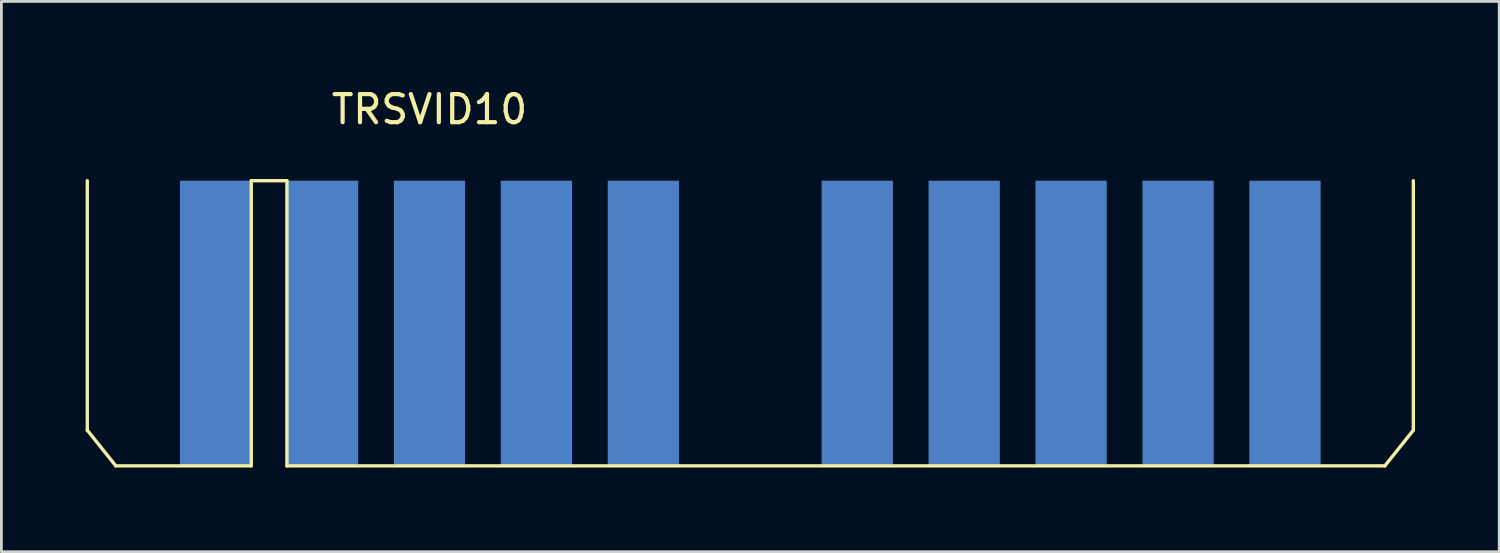
<source format=kicad_pcb>
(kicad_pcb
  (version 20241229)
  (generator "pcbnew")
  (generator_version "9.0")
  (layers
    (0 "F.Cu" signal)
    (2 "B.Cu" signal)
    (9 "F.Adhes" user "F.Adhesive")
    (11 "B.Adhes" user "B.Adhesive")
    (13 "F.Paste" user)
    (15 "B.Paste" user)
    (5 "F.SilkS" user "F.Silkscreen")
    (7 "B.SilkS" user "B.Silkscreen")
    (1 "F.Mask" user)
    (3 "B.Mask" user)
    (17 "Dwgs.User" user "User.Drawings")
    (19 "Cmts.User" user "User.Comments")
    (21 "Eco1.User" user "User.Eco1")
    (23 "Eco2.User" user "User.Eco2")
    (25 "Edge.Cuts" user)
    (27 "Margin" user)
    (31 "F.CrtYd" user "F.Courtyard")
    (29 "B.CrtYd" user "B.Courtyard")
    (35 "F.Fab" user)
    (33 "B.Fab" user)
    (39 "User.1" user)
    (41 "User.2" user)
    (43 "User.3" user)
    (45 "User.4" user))
  (footprint "TRSVID10"
    (layer "F.Cu")
    (at 42.732 8.468)
    (property "Reference" "TRSVID10" (at -30.48 -7.62 0) (layer "F.SilkS") (effects (font (size 1 1) (thickness 0.15))))
    (attr through_hole)
    (fp_line (start -42.672 -5.08) (end -42.672 3.81) (stroke (width 0.12) (type solid)) (layer "F.SilkS"))
    (fp_line (start -42.672 3.81) (end -41.656 5.08) (stroke (width 0.12) (type solid)) (layer "F.SilkS"))
    (fp_line (start -41.656 5.08) (end -36.83 5.08) (stroke (width 0.12) (type solid)) (layer "F.SilkS"))
    (fp_line (start -36.83 -5.08) (end -35.56 -5.08) (stroke (width 0.12) (type solid)) (layer "F.SilkS"))
    (fp_line (start -36.83 5.08) (end -36.83 -5.08) (stroke (width 0.12) (type solid)) (layer "F.SilkS"))
    (fp_line (start -35.56 -5.08) (end -35.56 5.08) (stroke (width 0.12) (type solid)) (layer "F.SilkS"))
    (fp_line (start -35.56 5.08) (end 3.556 5.08) (stroke (width 0.12) (type solid)) (layer "F.SilkS"))
    (fp_line (start 3.556 5.08) (end 4.572 3.81) (stroke (width 0.12) (type solid)) (layer "F.SilkS"))
    (fp_line (start 4.572 3.81) (end 4.572 -5.08) (stroke (width 0.12) (type solid)) (layer "F.SilkS"))
    (pad "1" connect rect (at 0 0 180) (size 2.54 10.16) (layers "B.Cu" "B.Mask"))
    (pad "2" connect rect (at -3.81 0 180) (size 2.54 10.16) (layers "B.Cu" "B.Mask"))
    (pad "3" connect rect (at -11.43 0 180) (size 2.54 10.16) (layers "B.Cu" "B.Mask"))
    (pad "3" connect rect (at -7.62 0 180) (size 2.54 10.16) (layers "B.Cu" "B.Mask"))
    (pad "4" connect rect (at -15.24 0 180) (size 2.54 10.16) (layers "B.Cu" "B.Mask"))
    (pad "6" connect rect (at -22.86 0 180) (size 2.54 10.16) (layers "B.Cu" "B.Mask"))
    (pad "7" connect rect (at -26.67 0 180) (size 2.54 10.16) (layers "B.Cu" "B.Mask"))
    (pad "8" connect rect (at -30.48 0 180) (size 2.54 10.16) (layers "B.Cu" "B.Mask"))
    (pad "9" connect rect (at -34.29 0 180) (size 2.54 10.16) (layers "B.Cu" "B.Mask"))
    (pad "10" connect rect (at -38.1 0 180) (size 2.54 10.16) (layers "B.Cu" "B.Mask")))
  (gr_rect
    (start -3 -3)
    (end 50.364 16.608)
    (stroke (width 0.1) (type default))
    (fill no)
    (layer "Edge.Cuts")))
</source>
